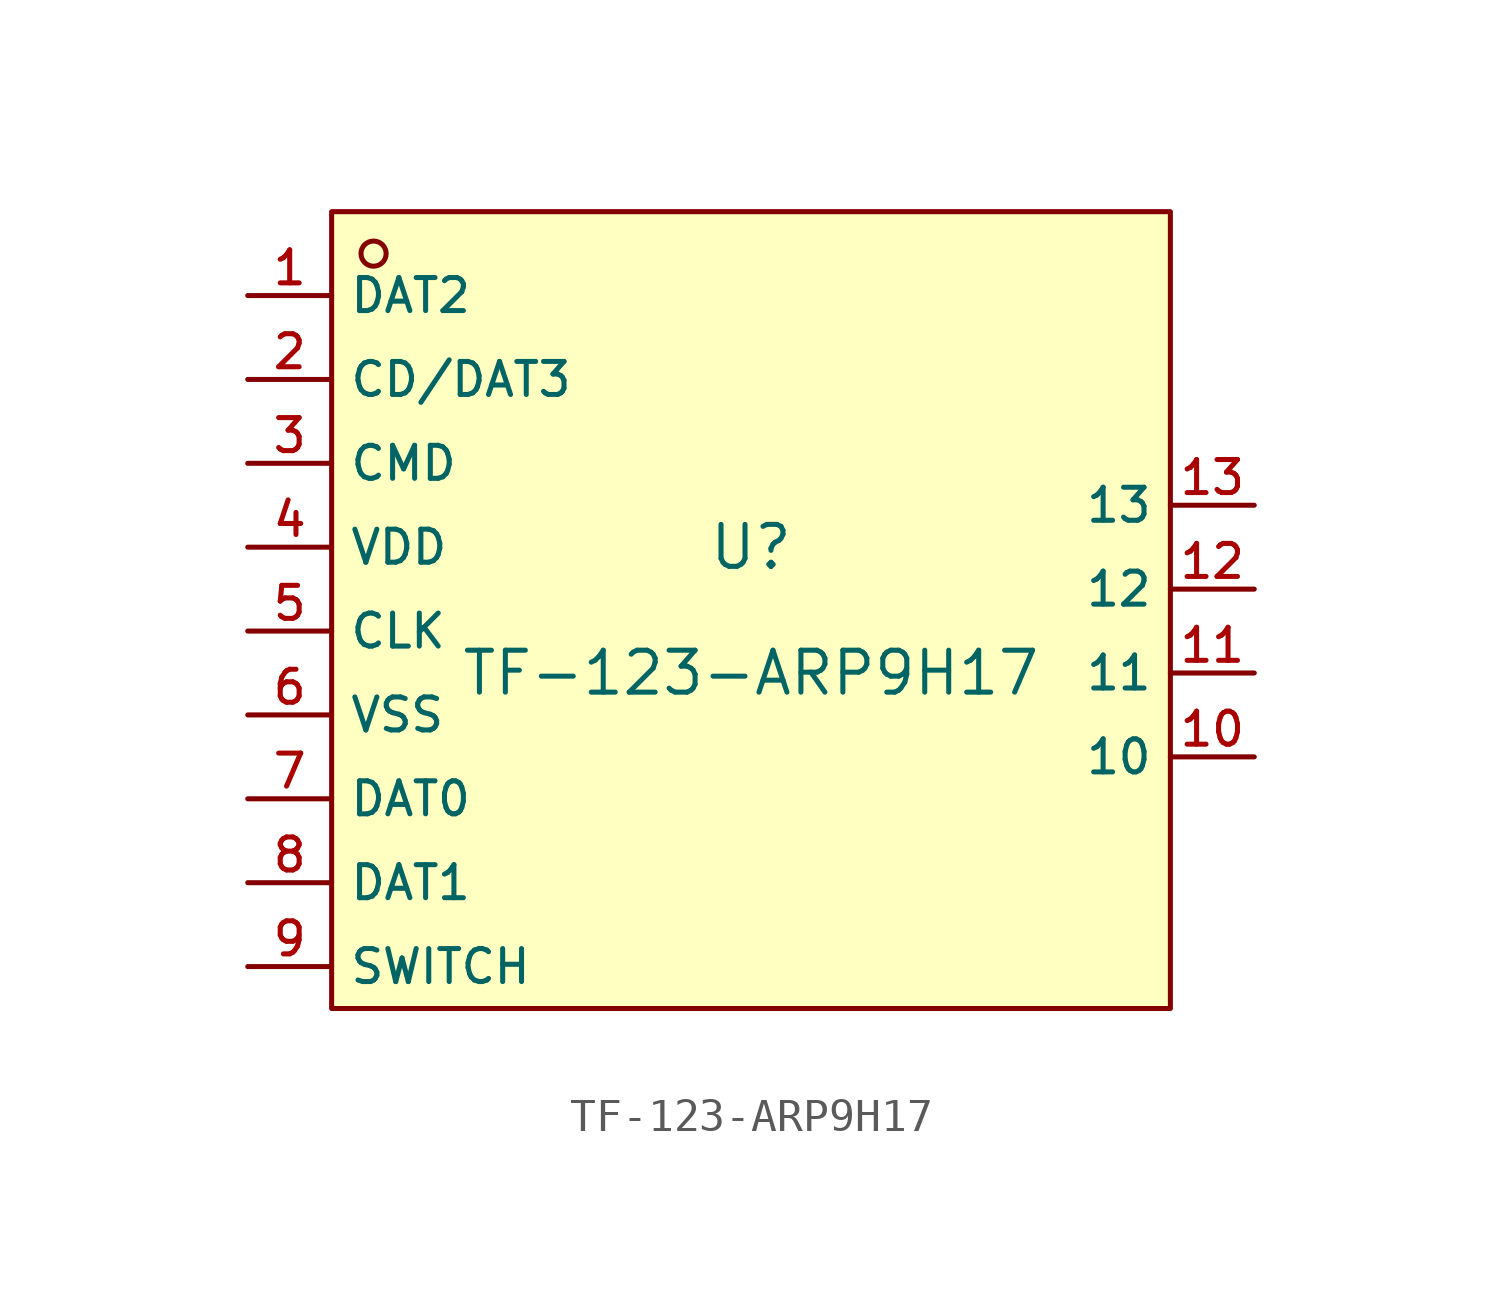
<source format=kicad_sym>
(kicad_symbol_lib
  (version 20241209)
  (generator "kicad_symbol_editor")
  (generator_version "9.0")
  (symbol "TF-123-ARP9H17"
    (property "Reference" "U"
      (at 0 1.27 0)
      (effects (font (size 1.27 1.27))))
    (property "Value" "TF-123-ARP9H17"
      (at 0 -2.54 0)
      (effects (font (size 1.27 1.27))))
    (symbol "TF-123-ARP9H17_0_1"
      (rectangle (start -12.7 11.43) (end 12.7 -12.7) (stroke (width 0) (type default)) (fill (type background)))
      (circle (center -11.43 10.16) (radius 0.381) (stroke (width 0) (type default)) (fill (type background)))
      (pin unspecified line (at -15.24 8.89 0) (length 2.54) (name "DAT2" (effects (font (size 1 1)))) (number "1" (effects (font (size 1 1)))))
      (pin unspecified line (at -15.24 6.35 0) (length 2.54) (name "CD/DAT3" (effects (font (size 1 1)))) (number "2" (effects (font (size 1 1)))))
      (pin unspecified line (at -15.24 3.81 0) (length 2.54) (name "CMD" (effects (font (size 1 1)))) (number "3" (effects (font (size 1 1)))))
      (pin unspecified line (at -15.24 1.27 0) (length 2.54) (name "VDD" (effects (font (size 1 1)))) (number "4" (effects (font (size 1 1)))))
      (pin unspecified line (at -15.24 -1.27 0) (length 2.54) (name "CLK" (effects (font (size 1 1)))) (number "5" (effects (font (size 1 1)))))
      (pin unspecified line (at -15.24 -3.81 0) (length 2.54) (name "VSS" (effects (font (size 1 1)))) (number "6" (effects (font (size 1 1)))))
      (pin unspecified line (at -15.24 -6.35 0) (length 2.54) (name "DAT0" (effects (font (size 1 1)))) (number "7" (effects (font (size 1 1)))))
      (pin unspecified line (at -15.24 -8.89 0) (length 2.54) (name "DAT1" (effects (font (size 1 1)))) (number "8" (effects (font (size 1 1)))))
      (pin unspecified line (at -15.24 -11.43 0) (length 2.54) (name "SWITCH" (effects (font (size 1 1)))) (number "9" (effects (font (size 1 1)))))
      (pin unspecified line (at 15.24 2.54 180) (length 2.54) (name "13" (effects (font (size 1 1)))) (number "13" (effects (font (size 1 1)))))
      (pin unspecified line (at 15.24 0 180) (length 2.54) (name "12" (effects (font (size 1 1)))) (number "12" (effects (font (size 1 1)))))
      (pin unspecified line (at 15.24 -2.54 180) (length 2.54) (name "11" (effects (font (size 1 1)))) (number "11" (effects (font (size 1 1)))))
      (pin unspecified line (at 15.24 -5.08 180) (length 2.54) (name "10" (effects (font (size 1 1)))) (number "10" (effects (font (size 1 1))))))))
</source>
